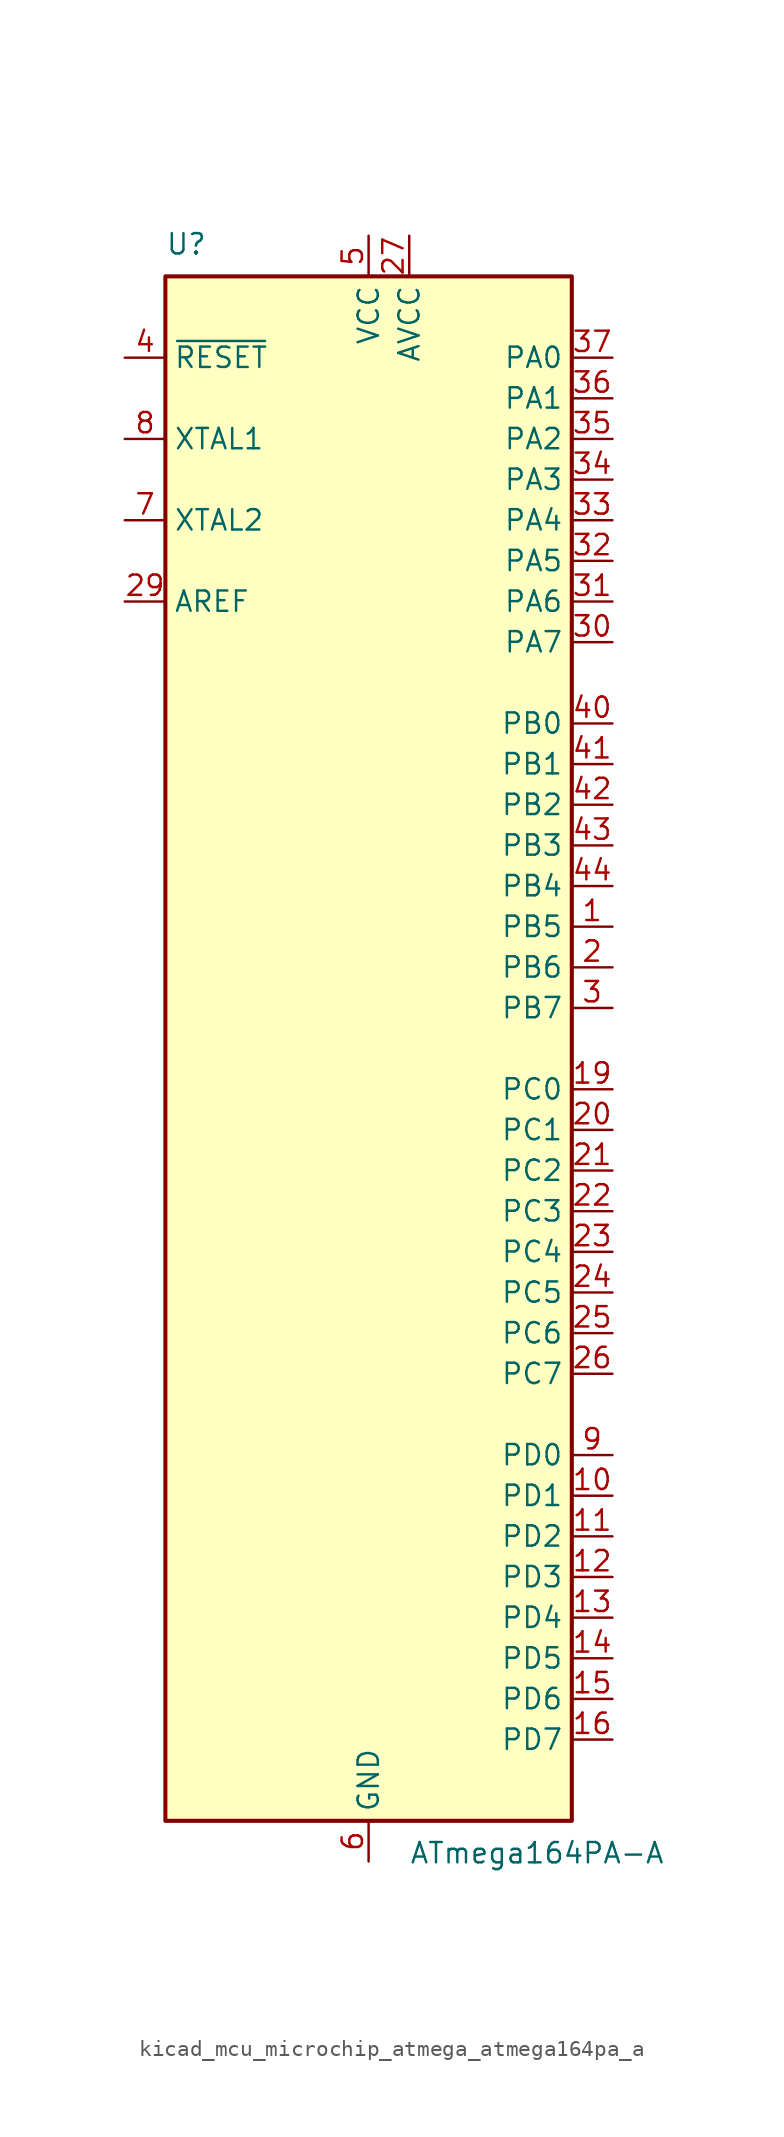
<source format=kicad_sym>
(kicad_symbol_lib
  (version 20220914)
  (generator kicad_symbol_editor)
  (symbol "kicad_mcu_microchip_atmega_atmega164pa_a"
    (property "Reference" "U"
      (at -12.7 49.53 0)
      (effects (font (size 1.27 1.27)) (justify left bottom)))
    (property "Value" "ATmega164PA-A"
      (at 2.54 -49.53 0)
      (effects (font (size 1.27 1.27)) (justify left top)))
    (symbol "kicad_mcu_microchip_atmega_atmega164pa_a_0_1"
      (rectangle (start -12.7 -48.26) (end 12.7 48.26) (stroke (width 0.254) (type default)) (fill (type background))))
    (symbol "kicad_mcu_microchip_atmega_atmega164pa_a_1_1"
      (pin bidirectional line (at 15.24 7.62 180) (length 2.54) (name "PB5" (effects (font (size 1.27 1.27)))) (number "1" (effects (font (size 1.27 1.27)))))
      (pin bidirectional line (at 15.24 -27.94 180) (length 2.54) (name "PD1" (effects (font (size 1.27 1.27)))) (number "10" (effects (font (size 1.27 1.27)))))
      (pin bidirectional line (at 15.24 -30.48 180) (length 2.54) (name "PD2" (effects (font (size 1.27 1.27)))) (number "11" (effects (font (size 1.27 1.27)))))
      (pin bidirectional line (at 15.24 -33.02 180) (length 2.54) (name "PD3" (effects (font (size 1.27 1.27)))) (number "12" (effects (font (size 1.27 1.27)))))
      (pin bidirectional line (at 15.24 -35.56 180) (length 2.54) (name "PD4" (effects (font (size 1.27 1.27)))) (number "13" (effects (font (size 1.27 1.27)))))
      (pin bidirectional line (at 15.24 -38.1 180) (length 2.54) (name "PD5" (effects (font (size 1.27 1.27)))) (number "14" (effects (font (size 1.27 1.27)))))
      (pin bidirectional line (at 15.24 -40.64 180) (length 2.54) (name "PD6" (effects (font (size 1.27 1.27)))) (number "15" (effects (font (size 1.27 1.27)))))
      (pin bidirectional line (at 15.24 -43.18 180) (length 2.54) (name "PD7" (effects (font (size 1.27 1.27)))) (number "16" (effects (font (size 1.27 1.27)))))
      (pin passive line (at 0 50.8 270) (length 2.54) hide (name "VCC" (effects (font (size 1.27 1.27)))) (number "17" (effects (font (size 1.27 1.27)))))
      (pin passive line (at 0 -50.8 90) (length 2.54) hide (name "GND" (effects (font (size 1.27 1.27)))) (number "18" (effects (font (size 1.27 1.27)))))
      (pin bidirectional line (at 15.24 -2.54 180) (length 2.54) (name "PC0" (effects (font (size 1.27 1.27)))) (number "19" (effects (font (size 1.27 1.27)))))
      (pin bidirectional line (at 15.24 5.08 180) (length 2.54) (name "PB6" (effects (font (size 1.27 1.27)))) (number "2" (effects (font (size 1.27 1.27)))))
      (pin bidirectional line (at 15.24 -5.08 180) (length 2.54) (name "PC1" (effects (font (size 1.27 1.27)))) (number "20" (effects (font (size 1.27 1.27)))))
      (pin bidirectional line (at 15.24 -7.62 180) (length 2.54) (name "PC2" (effects (font (size 1.27 1.27)))) (number "21" (effects (font (size 1.27 1.27)))))
      (pin bidirectional line (at 15.24 -10.16 180) (length 2.54) (name "PC3" (effects (font (size 1.27 1.27)))) (number "22" (effects (font (size 1.27 1.27)))))
      (pin bidirectional line (at 15.24 -12.7 180) (length 2.54) (name "PC4" (effects (font (size 1.27 1.27)))) (number "23" (effects (font (size 1.27 1.27)))))
      (pin bidirectional line (at 15.24 -15.24 180) (length 2.54) (name "PC5" (effects (font (size 1.27 1.27)))) (number "24" (effects (font (size 1.27 1.27)))))
      (pin bidirectional line (at 15.24 -17.78 180) (length 2.54) (name "PC6" (effects (font (size 1.27 1.27)))) (number "25" (effects (font (size 1.27 1.27)))))
      (pin bidirectional line (at 15.24 -20.32 180) (length 2.54) (name "PC7" (effects (font (size 1.27 1.27)))) (number "26" (effects (font (size 1.27 1.27)))))
      (pin power_in line (at 2.54 50.8 270) (length 2.54) (name "AVCC" (effects (font (size 1.27 1.27)))) (number "27" (effects (font (size 1.27 1.27)))))
      (pin passive line (at 0 -50.8 90) (length 2.54) hide (name "GND" (effects (font (size 1.27 1.27)))) (number "28" (effects (font (size 1.27 1.27)))))
      (pin passive line (at -15.24 27.94 0) (length 2.54) (name "AREF" (effects (font (size 1.27 1.27)))) (number "29" (effects (font (size 1.27 1.27)))))
      (pin bidirectional line (at 15.24 2.54 180) (length 2.54) (name "PB7" (effects (font (size 1.27 1.27)))) (number "3" (effects (font (size 1.27 1.27)))))
      (pin bidirectional line (at 15.24 25.4 180) (length 2.54) (name "PA7" (effects (font (size 1.27 1.27)))) (number "30" (effects (font (size 1.27 1.27)))))
      (pin bidirectional line (at 15.24 27.94 180) (length 2.54) (name "PA6" (effects (font (size 1.27 1.27)))) (number "31" (effects (font (size 1.27 1.27)))))
      (pin bidirectional line (at 15.24 30.48 180) (length 2.54) (name "PA5" (effects (font (size 1.27 1.27)))) (number "32" (effects (font (size 1.27 1.27)))))
      (pin bidirectional line (at 15.24 33.02 180) (length 2.54) (name "PA4" (effects (font (size 1.27 1.27)))) (number "33" (effects (font (size 1.27 1.27)))))
      (pin bidirectional line (at 15.24 35.56 180) (length 2.54) (name "PA3" (effects (font (size 1.27 1.27)))) (number "34" (effects (font (size 1.27 1.27)))))
      (pin bidirectional line (at 15.24 38.1 180) (length 2.54) (name "PA2" (effects (font (size 1.27 1.27)))) (number "35" (effects (font (size 1.27 1.27)))))
      (pin bidirectional line (at 15.24 40.64 180) (length 2.54) (name "PA1" (effects (font (size 1.27 1.27)))) (number "36" (effects (font (size 1.27 1.27)))))
      (pin bidirectional line (at 15.24 43.18 180) (length 2.54) (name "PA0" (effects (font (size 1.27 1.27)))) (number "37" (effects (font (size 1.27 1.27)))))
      (pin passive line (at 0 50.8 270) (length 2.54) hide (name "VCC" (effects (font (size 1.27 1.27)))) (number "38" (effects (font (size 1.27 1.27)))))
      (pin passive line (at 0 -50.8 90) (length 2.54) hide (name "GND" (effects (font (size 1.27 1.27)))) (number "39" (effects (font (size 1.27 1.27)))))
      (pin input line (at -15.24 43.18 0) (length 2.54) (name "~{RESET}" (effects (font (size 1.27 1.27)))) (number "4" (effects (font (size 1.27 1.27)))))
      (pin bidirectional line (at 15.24 20.32 180) (length 2.54) (name "PB0" (effects (font (size 1.27 1.27)))) (number "40" (effects (font (size 1.27 1.27)))))
      (pin bidirectional line (at 15.24 17.78 180) (length 2.54) (name "PB1" (effects (font (size 1.27 1.27)))) (number "41" (effects (font (size 1.27 1.27)))))
      (pin bidirectional line (at 15.24 15.24 180) (length 2.54) (name "PB2" (effects (font (size 1.27 1.27)))) (number "42" (effects (font (size 1.27 1.27)))))
      (pin bidirectional line (at 15.24 12.7 180) (length 2.54) (name "PB3" (effects (font (size 1.27 1.27)))) (number "43" (effects (font (size 1.27 1.27)))))
      (pin bidirectional line (at 15.24 10.16 180) (length 2.54) (name "PB4" (effects (font (size 1.27 1.27)))) (number "44" (effects (font (size 1.27 1.27)))))
      (pin power_in line (at 0 50.8 270) (length 2.54) (name "VCC" (effects (font (size 1.27 1.27)))) (number "5" (effects (font (size 1.27 1.27)))))
      (pin power_in line (at 0 -50.8 90) (length 2.54) (name "GND" (effects (font (size 1.27 1.27)))) (number "6" (effects (font (size 1.27 1.27)))))
      (pin output line (at -15.24 33.02 0) (length 2.54) (name "XTAL2" (effects (font (size 1.27 1.27)))) (number "7" (effects (font (size 1.27 1.27)))))
      (pin input line (at -15.24 38.1 0) (length 2.54) (name "XTAL1" (effects (font (size 1.27 1.27)))) (number "8" (effects (font (size 1.27 1.27)))))
      (pin bidirectional line (at 15.24 -25.4 180) (length 2.54) (name "PD0" (effects (font (size 1.27 1.27)))) (number "9" (effects (font (size 1.27 1.27))))))))
</source>
